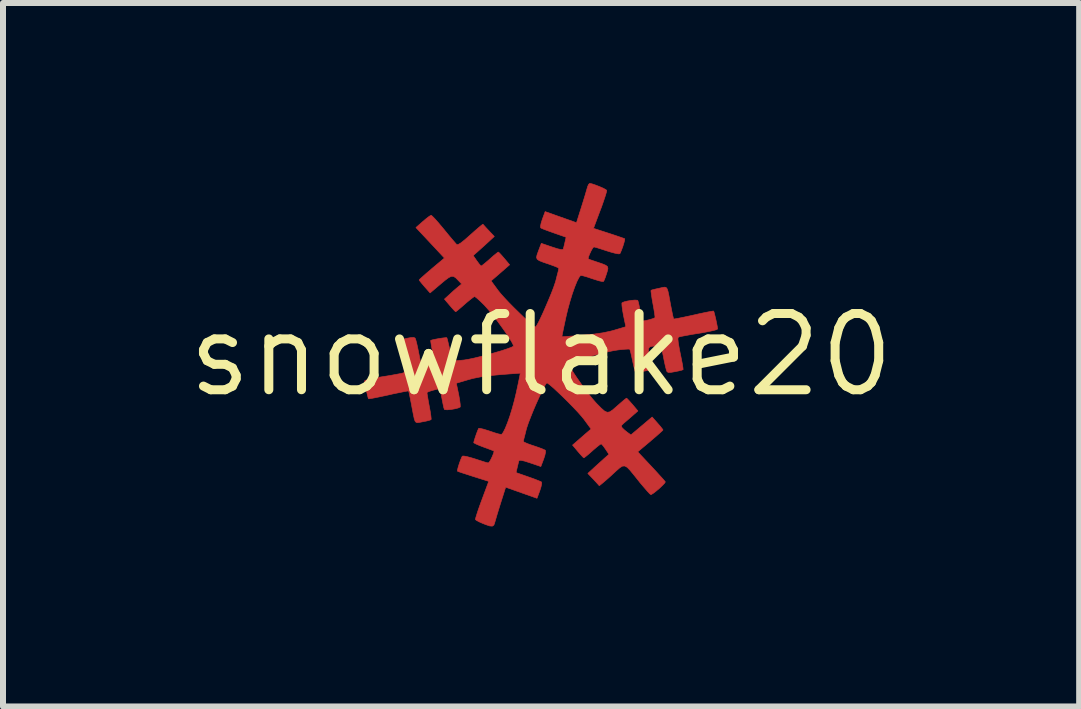
<source format=kicad_pcb>
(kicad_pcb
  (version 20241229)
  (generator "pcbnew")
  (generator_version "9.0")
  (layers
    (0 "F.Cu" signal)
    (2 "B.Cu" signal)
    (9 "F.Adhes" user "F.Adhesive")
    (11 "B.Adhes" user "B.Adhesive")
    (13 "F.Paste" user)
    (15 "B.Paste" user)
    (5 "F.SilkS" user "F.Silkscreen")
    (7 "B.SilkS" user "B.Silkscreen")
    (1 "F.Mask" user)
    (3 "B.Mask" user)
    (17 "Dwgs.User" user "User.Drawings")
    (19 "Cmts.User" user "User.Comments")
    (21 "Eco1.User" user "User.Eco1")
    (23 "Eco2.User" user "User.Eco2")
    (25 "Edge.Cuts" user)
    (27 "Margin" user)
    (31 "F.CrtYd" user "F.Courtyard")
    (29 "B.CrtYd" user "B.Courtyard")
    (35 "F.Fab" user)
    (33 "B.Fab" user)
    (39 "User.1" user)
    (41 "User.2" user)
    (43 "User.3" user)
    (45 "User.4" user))
  (footprint "snowflake20"
    (layer "F.Cu")
    (at 5.964 2.863)
    (property "Reference" "snowflake20" (at 0 0 0) (layer "F.SilkS") (effects (font (size 1.27 1.27) (thickness 0.15))))
    (attr through_hole)
    (fp_poly (pts (xy 0.849 -2.85) (xy 0.908 -2.83) (xy 0.975 -2.804) (xy 1.037 -2.777) (xy 1.08 -2.753) (xy 1.093 -2.742) (xy 1.089 -2.715) (xy 1.072 -2.656) (xy 1.044 -2.572) (xy 1.009 -2.471) (xy 0.987 -2.414) (xy 0.873 -2.109) (xy 1.13 -2.026) (xy 1.227 -1.994) (xy 1.309 -1.966) (xy 1.367 -1.946) (xy 1.393 -1.936) (xy 1.394 -1.936) (xy 1.392 -1.913) (xy 1.38 -1.865) (xy 1.361 -1.804) (xy 1.339 -1.745) (xy 1.32 -1.7) (xy 1.312 -1.686) (xy 1.286 -1.684) (xy 1.229 -1.695) (xy 1.152 -1.716) (xy 1.097 -1.733) (xy 1.011 -1.761) (xy 0.939 -1.784) (xy 0.891 -1.797) (xy 0.878 -1.799) (xy 0.861 -1.782) (xy 0.836 -1.739) (xy 0.811 -1.686) (xy 0.791 -1.637) (xy 0.784 -1.604) (xy 0.786 -1.6) (xy 0.808 -1.59) (xy 0.86 -1.572) (xy 0.93 -1.548) (xy 0.931 -1.548) (xy 1.022 -1.517) (xy 1.079 -1.493) (xy 1.108 -1.469) (xy 1.113 -1.437) (xy 1.102 -1.391) (xy 1.09 -1.352) (xy 1.068 -1.287) (xy 1.048 -1.239) (xy 1.04 -1.224) (xy 1.015 -1.224) (xy 0.961 -1.236) (xy 0.887 -1.259) (xy 0.85 -1.271) (xy 0.77 -1.298) (xy 0.704 -1.317) (xy 0.664 -1.324) (xy 0.657 -1.324) (xy 0.631 -1.29) (xy 0.597 -1.223) (xy 0.559 -1.129) (xy 0.519 -1.015) (xy 0.48 -0.888) (xy 0.444 -0.756) (xy 0.415 -0.635) (xy 0.391 -0.523) (xy 0.371 -0.428) (xy 0.356 -0.355) (xy 0.348 -0.312) (xy 0.347 -0.303) (xy 0.368 -0.304) (xy 0.423 -0.308) (xy 0.507 -0.314) (xy 0.612 -0.322) (xy 0.693 -0.329) (xy 0.878 -0.347) (xy 1.03 -0.369) (xy 1.158 -0.396) (xy 1.224 -0.414) (xy 1.412 -0.47) (xy 1.372 -0.662) (xy 1.357 -0.748) (xy 1.348 -0.817) (xy 1.346 -0.86) (xy 1.349 -0.869) (xy 1.383 -0.884) (xy 1.439 -0.898) (xy 1.504 -0.909) (xy 1.564 -0.914) (xy 1.603 -0.911) (xy 1.611 -0.907) (xy 1.621 -0.877) (xy 1.634 -0.817) (xy 1.649 -0.741) (xy 1.65 -0.734) (xy 1.665 -0.658) (xy 1.677 -0.599) (xy 1.685 -0.569) (xy 1.685 -0.568) (xy 1.707 -0.567) (xy 1.754 -0.575) (xy 1.811 -0.589) (xy 1.863 -0.605) (xy 1.895 -0.619) (xy 1.898 -0.621) (xy 1.897 -0.643) (xy 1.89 -0.698) (xy 1.877 -0.777) (xy 1.864 -0.848) (xy 1.848 -0.939) (xy 1.837 -1.014) (xy 1.831 -1.062) (xy 1.832 -1.077) (xy 1.855 -1.085) (xy 1.907 -1.098) (xy 1.968 -1.111) (xy 2.019 -1.123) (xy 2.055 -1.129) (xy 2.081 -1.125) (xy 2.099 -1.104) (xy 2.114 -1.062) (xy 2.129 -0.992) (xy 2.148 -0.888) (xy 2.159 -0.828) (xy 2.177 -0.737) (xy 2.192 -0.662) (xy 2.204 -0.614) (xy 2.209 -0.599) (xy 2.231 -0.601) (xy 2.287 -0.611) (xy 2.371 -0.628) (xy 2.474 -0.65) (xy 2.542 -0.665) (xy 2.653 -0.69) (xy 2.749 -0.71) (xy 2.822 -0.724) (xy 2.866 -0.731) (xy 2.875 -0.73) (xy 2.883 -0.707) (xy 2.896 -0.656) (xy 2.912 -0.589) (xy 2.926 -0.521) (xy 2.937 -0.464) (xy 2.941 -0.433) (xy 2.922 -0.421) (xy 2.867 -0.406) (xy 2.782 -0.388) (xy 2.676 -0.368) (xy 2.625 -0.36) (xy 2.513 -0.342) (xy 2.415 -0.324) (xy 2.34 -0.31) (xy 2.294 -0.299) (xy 2.286 -0.296) (xy 2.279 -0.268) (xy 2.286 -0.201) (xy 2.305 -0.093) (xy 2.319 -0.023) (xy 2.339 0.076) (xy 2.355 0.159) (xy 2.364 0.218) (xy 2.366 0.244) (xy 2.366 0.245) (xy 2.342 0.254) (xy 2.289 0.267) (xy 2.235 0.278) (xy 2.161 0.291) (xy 2.118 0.291) (xy 2.098 0.279) (xy 2.097 0.277) (xy 2.086 0.247) (xy 2.07 0.185) (xy 2.052 0.102) (xy 2.042 0.052) (xy 2.002 -0.148) (xy 1.917 -0.148) (xy 1.85 -0.145) (xy 1.809 -0.133) (xy 1.79 -0.104) (xy 1.79 -0.05) (xy 1.804 0.036) (xy 1.81 0.062) (xy 1.825 0.142) (xy 1.835 0.204) (xy 1.839 0.238) (xy 1.838 0.242) (xy 1.812 0.251) (xy 1.76 0.262) (xy 1.695 0.274) (xy 1.633 0.283) (xy 1.587 0.288) (xy 1.571 0.287) (xy 1.562 0.263) (xy 1.549 0.208) (xy 1.531 0.131) (xy 1.524 0.095) (xy 1.506 0.013) (xy 1.491 -0.052) (xy 1.48 -0.09) (xy 1.478 -0.096) (xy 1.454 -0.098) (xy 1.398 -0.095) (xy 1.321 -0.088) (xy 1.279 -0.083) (xy 1.209 -0.072) (xy 1.114 -0.052) (xy 1.003 -0.025) (xy 0.885 0.006) (xy 0.767 0.039) (xy 0.658 0.071) (xy 0.565 0.101) (xy 0.497 0.127) (xy 0.462 0.145) (xy 0.461 0.146) (xy 0.465 0.168) (xy 0.492 0.218) (xy 0.535 0.289) (xy 0.592 0.374) (xy 0.657 0.467) (xy 0.726 0.562) (xy 0.794 0.653) (xy 0.858 0.733) (xy 0.913 0.796) (xy 0.927 0.811) (xy 1.003 0.888) (xy 1.057 0.935) (xy 1.101 0.955) (xy 1.142 0.949) (xy 1.191 0.917) (xy 1.256 0.86) (xy 1.27 0.848) (xy 1.334 0.792) (xy 1.386 0.748) (xy 1.418 0.723) (xy 1.424 0.72) (xy 1.441 0.735) (xy 1.477 0.774) (xy 1.523 0.826) (xy 1.613 0.933) (xy 1.514 1.02) (xy 1.453 1.073) (xy 1.398 1.12) (xy 1.37 1.144) (xy 1.34 1.174) (xy 1.342 1.2) (xy 1.353 1.216) (xy 1.392 1.253) (xy 1.44 1.291) (xy 1.497 1.332) (xy 1.85 1.034) (xy 1.94 1.136) (xy 1.987 1.19) (xy 2.019 1.231) (xy 2.031 1.249) (xy 2.016 1.266) (xy 1.974 1.304) (xy 1.912 1.359) (xy 1.835 1.424) (xy 1.821 1.437) (xy 1.61 1.614) (xy 1.837 1.856) (xy 1.915 1.94) (xy 1.982 2.014) (xy 2.034 2.071) (xy 2.064 2.107) (xy 2.07 2.115) (xy 2.058 2.136) (xy 2.022 2.174) (xy 1.973 2.221) (xy 1.918 2.267) (xy 1.869 2.305) (xy 1.835 2.326) (xy 1.829 2.327) (xy 1.809 2.312) (xy 1.769 2.269) (xy 1.713 2.204) (xy 1.647 2.126) (xy 1.63 2.104) (xy 1.545 1.998) (xy 1.482 1.921) (xy 1.434 1.872) (xy 1.394 1.85) (xy 1.356 1.852) (xy 1.313 1.878) (xy 1.258 1.926) (xy 1.184 1.994) (xy 1.176 2.002) (xy 1.1 2.07) (xy 1.036 2.125) (xy 0.99 2.163) (xy 0.969 2.178) (xy 0.968 2.177) (xy 0.952 2.159) (xy 0.915 2.118) (xy 0.871 2.071) (xy 0.779 1.974) (xy 0.882 1.879) (xy 0.95 1.817) (xy 1.018 1.756) (xy 1.057 1.72) (xy 1.131 1.656) (xy 1.073 1.569) (xy 1.037 1.518) (xy 1.009 1.487) (xy 1 1.482) (xy 0.978 1.495) (xy 0.933 1.53) (xy 0.874 1.58) (xy 0.854 1.598) (xy 0.793 1.652) (xy 0.744 1.692) (xy 0.716 1.713) (xy 0.713 1.714) (xy 0.695 1.7) (xy 0.658 1.66) (xy 0.613 1.608) (xy 0.524 1.502) (xy 0.617 1.421) (xy 0.681 1.365) (xy 0.743 1.311) (xy 0.771 1.287) (xy 0.833 1.234) (xy 0.715 1.073) (xy 0.672 1.02) (xy 0.61 0.95) (xy 0.534 0.87) (xy 0.45 0.784) (xy 0.363 0.698) (xy 0.28 0.619) (xy 0.206 0.55) (xy 0.146 0.499) (xy 0.107 0.47) (xy 0.096 0.466) (xy 0.079 0.484) (xy 0.049 0.535) (xy 0.011 0.611) (xy -0.033 0.706) (xy -0.081 0.812) (xy -0.128 0.921) (xy -0.171 1.028) (xy -0.209 1.125) (xy -0.236 1.205) (xy -0.246 1.238) (xy -0.267 1.323) (xy -0.285 1.392) (xy -0.294 1.434) (xy -0.296 1.443) (xy -0.277 1.455) (xy -0.228 1.477) (xy -0.156 1.503) (xy -0.122 1.514) (xy -0.04 1.542) (xy 0.026 1.567) (xy 0.066 1.585) (xy 0.072 1.589) (xy 0.075 1.617) (xy 0.063 1.673) (xy 0.044 1.732) (xy -0.004 1.859) (xy -0.183 1.798) (xy -0.277 1.768) (xy -0.337 1.755) (xy -0.366 1.758) (xy -0.37 1.763) (xy -0.379 1.799) (xy -0.393 1.856) (xy -0.397 1.874) (xy -0.417 1.96) (xy -0.214 2.031) (xy -0.126 2.062) (xy -0.054 2.09) (xy -0.006 2.11) (xy 0.007 2.117) (xy 0.01 2.144) (xy -0.001 2.198) (xy -0.021 2.261) (xy -0.068 2.388) (xy -0.59 2.203) (xy -0.675 2.472) (xy -0.708 2.578) (xy -0.737 2.673) (xy -0.759 2.749) (xy -0.773 2.796) (xy -0.773 2.799) (xy -0.787 2.835) (xy -0.812 2.852) (xy -0.855 2.849) (xy -0.924 2.826) (xy -0.972 2.807) (xy -1.035 2.779) (xy -1.08 2.754) (xy -1.094 2.741) (xy -1.089 2.715) (xy -1.071 2.656) (xy -1.044 2.573) (xy -1.008 2.472) (xy -0.986 2.413) (xy -0.872 2.106) (xy -1.129 2.025) (xy -1.227 1.993) (xy -1.308 1.967) (xy -1.367 1.947) (xy -1.393 1.936) (xy -1.394 1.936) (xy -1.392 1.913) (xy -1.38 1.865) (xy -1.361 1.804) (xy -1.339 1.745) (xy -1.32 1.7) (xy -1.312 1.686) (xy -1.286 1.684) (xy -1.229 1.695) (xy -1.152 1.716) (xy -1.097 1.733) (xy -1.011 1.761) (xy -0.939 1.784) (xy -0.891 1.797) (xy -0.878 1.799) (xy -0.861 1.782) (xy -0.836 1.74) (xy -0.811 1.687) (xy -0.791 1.637) (xy -0.784 1.605) (xy -0.786 1.6) (xy -0.808 1.591) (xy -0.86 1.571) (xy -0.933 1.544) (xy -0.958 1.535) (xy -1.033 1.506) (xy -1.09 1.481) (xy -1.12 1.464) (xy -1.122 1.461) (xy -1.115 1.43) (xy -1.098 1.376) (xy -1.077 1.314) (xy -1.056 1.259) (xy -1.041 1.226) (xy -1.04 1.223) (xy -1.015 1.224) (xy -0.961 1.236) (xy -0.887 1.259) (xy -0.85 1.271) (xy -0.77 1.298) (xy -0.704 1.317) (xy -0.664 1.324) (xy -0.657 1.324) (xy -0.631 1.29) (xy -0.597 1.223) (xy -0.559 1.129) (xy -0.519 1.015) (xy -0.48 0.888) (xy -0.444 0.756) (xy -0.415 0.635) (xy -0.391 0.524) (xy -0.371 0.428) (xy -0.356 0.355) (xy -0.348 0.313) (xy -0.347 0.304) (xy -0.368 0.305) (xy -0.423 0.309) (xy -0.507 0.315) (xy -0.612 0.323) (xy -0.688 0.329) (xy -0.865 0.346) (xy -1.01 0.366) (xy -1.135 0.391) (xy -1.219 0.414) (xy -1.412 0.471) (xy -1.372 0.663) (xy -1.357 0.748) (xy -1.348 0.817) (xy -1.346 0.86) (xy -1.349 0.869) (xy -1.383 0.884) (xy -1.439 0.898) (xy -1.504 0.909) (xy -1.564 0.914) (xy -1.603 0.911) (xy -1.611 0.907) (xy -1.621 0.877) (xy -1.634 0.817) (xy -1.649 0.741) (xy -1.65 0.734) (xy -1.665 0.658) (xy -1.677 0.599) (xy -1.685 0.569) (xy -1.686 0.568) (xy -1.707 0.567) (xy -1.754 0.576) (xy -1.811 0.591) (xy -1.864 0.608) (xy -1.898 0.623) (xy -1.9 0.624) (xy -1.899 0.646) (xy -1.89 0.7) (xy -1.877 0.777) (xy -1.864 0.848) (xy -1.847 0.939) (xy -1.836 1.014) (xy -1.831 1.063) (xy -1.833 1.078) (xy -1.859 1.088) (xy -1.913 1.102) (xy -1.971 1.113) (xy -2.021 1.123) (xy -2.057 1.128) (xy -2.082 1.123) (xy -2.1 1.102) (xy -2.114 1.059) (xy -2.129 0.988) (xy -2.149 0.884) (xy -2.159 0.828) (xy -2.177 0.737) (xy -2.192 0.662) (xy -2.203 0.614) (xy -2.208 0.6) (xy -2.23 0.602) (xy -2.286 0.612) (xy -2.369 0.629) (xy -2.472 0.65) (xy -2.541 0.666) (xy -2.653 0.69) (xy -2.749 0.71) (xy -2.822 0.724) (xy -2.866 0.73) (xy -2.875 0.73) (xy -2.883 0.707) (xy -2.896 0.656) (xy -2.912 0.589) (xy -2.926 0.521) (xy -2.937 0.464) (xy -2.941 0.433) (xy -2.922 0.421) (xy -2.867 0.406) (xy -2.782 0.388) (xy -2.676 0.368) (xy -2.625 0.36) (xy -2.513 0.342) (xy -2.415 0.324) (xy -2.34 0.31) (xy -2.294 0.299) (xy -2.285 0.296) (xy -2.279 0.269) (xy -2.285 0.203) (xy -2.304 0.097) (xy -2.317 0.034) (xy -2.338 -0.064) (xy -2.355 -0.147) (xy -2.366 -0.206) (xy -2.371 -0.232) (xy -2.352 -0.244) (xy -2.302 -0.261) (xy -2.242 -0.276) (xy -2.166 -0.29) (xy -2.121 -0.291) (xy -2.099 -0.281) (xy -2.097 -0.277) (xy -2.086 -0.247) (xy -2.07 -0.185) (xy -2.052 -0.102) (xy -2.042 -0.052) (xy -2.002 0.148) (xy -1.917 0.148) (xy -1.85 0.145) (xy -1.809 0.133) (xy -1.79 0.104) (xy -1.79 0.05) (xy -1.804 -0.036) (xy -1.81 -0.062) (xy -1.825 -0.142) (xy -1.835 -0.204) (xy -1.839 -0.238) (xy -1.838 -0.242) (xy -1.812 -0.251) (xy -1.76 -0.262) (xy -1.695 -0.274) (xy -1.633 -0.283) (xy -1.587 -0.288) (xy -1.571 -0.287) (xy -1.562 -0.263) (xy -1.549 -0.208) (xy -1.531 -0.131) (xy -1.524 -0.095) (xy -1.506 -0.013) (xy -1.491 0.052) (xy -1.48 0.09) (xy -1.478 0.096) (xy -1.454 0.098) (xy -1.398 0.095) (xy -1.321 0.088) (xy -1.279 0.084) (xy -1.208 0.072) (xy -1.113 0.052) (xy -1.002 0.025) (xy -0.884 -0.006) (xy -0.766 -0.039) (xy -0.657 -0.071) (xy -0.564 -0.102) (xy -0.496 -0.127) (xy -0.461 -0.145) (xy -0.46 -0.146) (xy -0.465 -0.169) (xy -0.491 -0.22) (xy -0.535 -0.291) (xy -0.592 -0.377) (xy -0.659 -0.471) (xy -0.73 -0.568) (xy -0.802 -0.661) (xy -0.87 -0.745) (xy -0.93 -0.812) (xy -0.947 -0.831) (xy -1.01 -0.893) (xy -1.063 -0.941) (xy -1.099 -0.969) (xy -1.108 -0.974) (xy -1.131 -0.96) (xy -1.177 -0.925) (xy -1.239 -0.874) (xy -1.27 -0.847) (xy -1.334 -0.791) (xy -1.386 -0.747) (xy -1.417 -0.723) (xy -1.423 -0.72) (xy -1.441 -0.735) (xy -1.477 -0.774) (xy -1.521 -0.825) (xy -1.61 -0.93) (xy -1.519 -1.013) (xy -1.459 -1.068) (xy -1.402 -1.117) (xy -1.376 -1.139) (xy -1.323 -1.182) (xy -1.376 -1.238) (xy -1.42 -1.283) (xy -1.456 -1.307) (xy -1.493 -1.31) (xy -1.538 -1.289) (xy -1.6 -1.243) (xy -1.673 -1.182) (xy -1.849 -1.033) (xy -1.94 -1.136) (xy -1.986 -1.19) (xy -2.019 -1.231) (xy -2.031 -1.249) (xy -2.016 -1.266) (xy -1.974 -1.304) (xy -1.912 -1.359) (xy -1.835 -1.424) (xy -1.821 -1.437) (xy -1.61 -1.614) (xy -1.847 -1.868) (xy -2.085 -2.122) (xy -1.968 -2.225) (xy -1.909 -2.275) (xy -1.861 -2.311) (xy -1.832 -2.327) (xy -1.831 -2.327) (xy -1.811 -2.311) (xy -1.769 -2.268) (xy -1.712 -2.204) (xy -1.645 -2.124) (xy -1.619 -2.093) (xy -1.549 -2.007) (xy -1.487 -1.933) (xy -1.438 -1.876) (xy -1.409 -1.843) (xy -1.404 -1.839) (xy -1.381 -1.84) (xy -1.337 -1.866) (xy -1.269 -1.92) (xy -1.176 -2.002) (xy -1.1 -2.07) (xy -1.036 -2.125) (xy -0.99 -2.163) (xy -0.969 -2.178) (xy -0.968 -2.177) (xy -0.952 -2.159) (xy -0.915 -2.118) (xy -0.871 -2.071) (xy -0.779 -1.974) (xy -0.882 -1.879) (xy -0.95 -1.817) (xy -1.018 -1.756) (xy -1.058 -1.72) (xy -1.131 -1.656) (xy -1.071 -1.569) (xy -1.034 -1.519) (xy -1.006 -1.487) (xy -0.997 -1.482) (xy -0.977 -1.495) (xy -0.933 -1.53) (xy -0.874 -1.58) (xy -0.854 -1.598) (xy -0.793 -1.652) (xy -0.744 -1.692) (xy -0.716 -1.713) (xy -0.713 -1.714) (xy -0.695 -1.7) (xy -0.658 -1.66) (xy -0.613 -1.608) (xy -0.524 -1.502) (xy -0.617 -1.421) (xy -0.681 -1.365) (xy -0.743 -1.311) (xy -0.771 -1.287) (xy -0.833 -1.234) (xy -0.714 -1.072) (xy -0.672 -1.02) (xy -0.61 -0.951) (xy -0.535 -0.871) (xy -0.451 -0.786) (xy -0.364 -0.701) (xy -0.281 -0.621) (xy -0.206 -0.553) (xy -0.146 -0.501) (xy -0.105 -0.471) (xy -0.093 -0.466) (xy -0.077 -0.484) (xy -0.048 -0.535) (xy -0.01 -0.611) (xy 0.034 -0.706) (xy 0.08 -0.811) (xy 0.127 -0.921) (xy 0.171 -1.027) (xy 0.208 -1.123) (xy 0.235 -1.202) (xy 0.246 -1.238) (xy 0.267 -1.323) (xy 0.285 -1.392) (xy 0.294 -1.434) (xy 0.296 -1.443) (xy 0.278 -1.456) (xy 0.228 -1.477) (xy 0.157 -1.503) (xy 0.132 -1.512) (xy 0.034 -1.545) (xy -0.031 -1.571) (xy -0.065 -1.595) (xy -0.076 -1.624) (xy -0.068 -1.665) (xy -0.047 -1.724) (xy -0.044 -1.732) (xy 0.004 -1.859) (xy 0.183 -1.798) (xy 0.277 -1.768) (xy 0.337 -1.755) (xy 0.366 -1.758) (xy 0.37 -1.763) (xy 0.379 -1.799) (xy 0.393 -1.856) (xy 0.397 -1.875) (xy 0.417 -1.961) (xy 0.214 -2.032) (xy 0.127 -2.063) (xy 0.054 -2.09) (xy 0.006 -2.11) (xy -0.007 -2.118) (xy -0.01 -2.144) (xy 0.001 -2.198) (xy 0.021 -2.261) (xy 0.068 -2.388) (xy 0.59 -2.203) (xy 0.675 -2.472) (xy 0.708 -2.578) (xy 0.737 -2.673) (xy 0.759 -2.749) (xy 0.773 -2.796) (xy 0.773 -2.799) (xy 0.791 -2.841) (xy 0.81 -2.858) (xy 0.849 -2.85)) (stroke (width 0.01) (type solid)) (fill yes) (layer "F.Cu")))
  (gr_rect
    (start -3 -3)
    (end 14.928 8.719)
    (stroke (width 0.1) (type default))
    (fill no)
    (layer "Edge.Cuts")))
</source>
